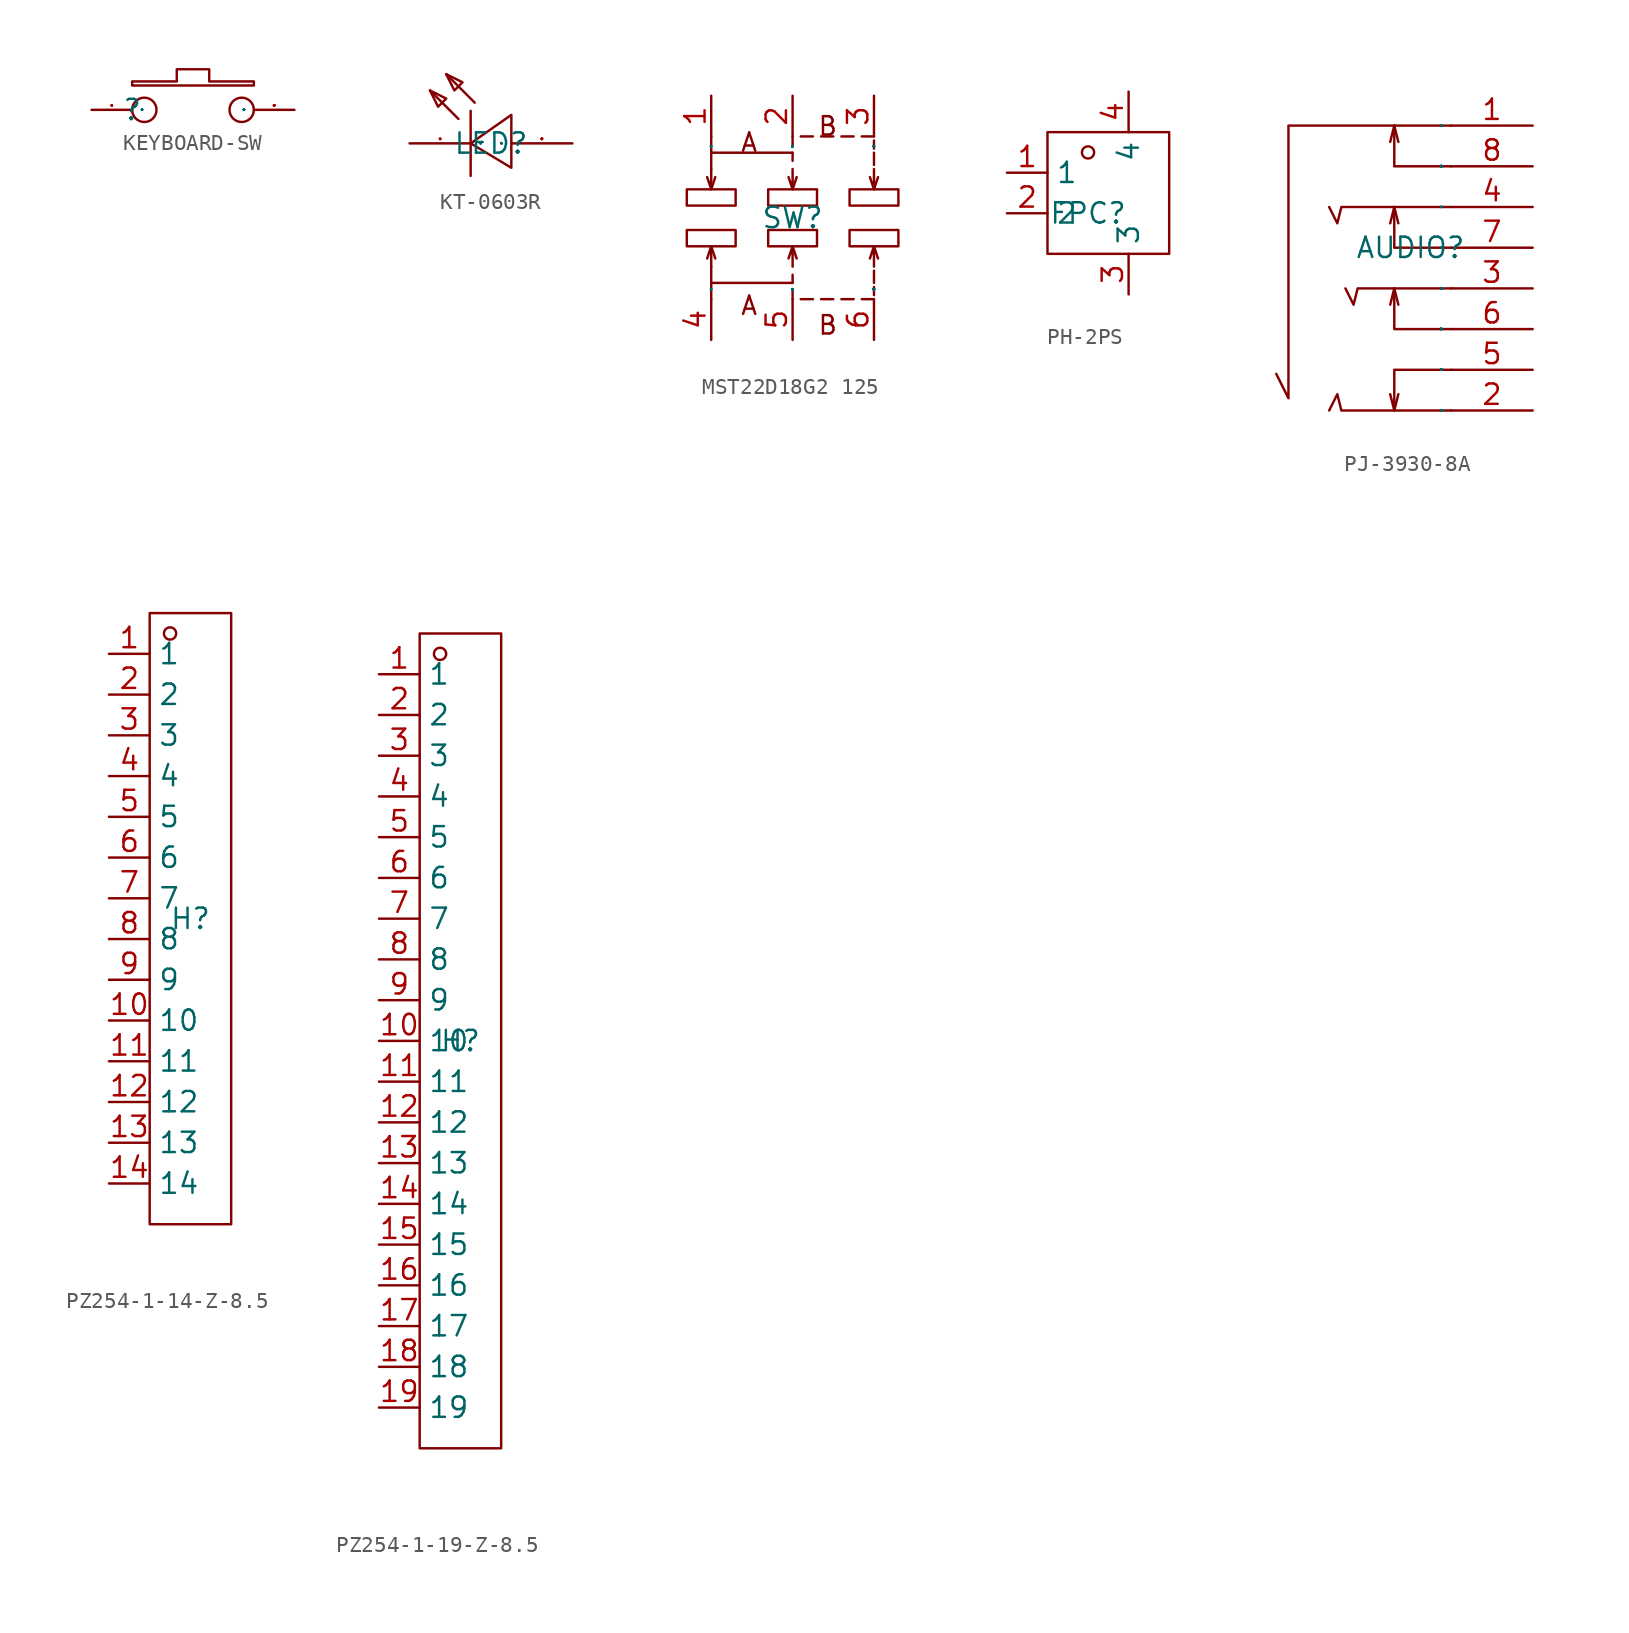
<source format=kicad_sym>
(kicad_symbol_lib
  (version 20231120)
  (generator "kicad_symbol_editor")
  (generator_version "8.0")
  (symbol "KEYBOARD-SW"
    (property "Reference" ""
      (at 0 0 0)
      (effects (font (size 1.27 1.27))))
    (property "Value" ""
      (at 0 0 0)
      (effects (font (size 1.27 1.27))))
    (symbol "KEYBOARD-SW_1_0"
      (polyline (pts (xy 0 1.778) (xy 0 1.524) (xy 7.62 1.524) (xy 7.62 1.778) (xy 4.826 1.778) (xy 4.826 2.54) (xy 2.794 2.54) (xy 2.794 1.778) (xy 0 1.778)) (stroke (width 0) (type default)) (fill (type none)))
      (circle (center 0.762 0) (radius 0.762) (stroke (width 0) (type default)) (fill (type none)))
      (circle (center 6.858 0) (radius 0.762) (stroke (width 0) (type default)) (fill (type none)))
      (pin input line (at -2.54 0 0) (length 2.54) (name "1" (effects (font (size 0.025 0.025)))) (number "1" (effects (font (size 0.025 0.025)))))
      (pin input line (at 10.16 0 180) (length 2.54) (name "2" (effects (font (size 0.025 0.025)))) (number "2" (effects (font (size 0.025 0.025)))))))
  (symbol "KT-0603R"
    (property "Reference" "LED"
      (at 0 0 0)
      (effects (font (size 1.27 1.27))))
    (property "Value" ""
      (at 0 0 0)
      (effects (font (size 1.27 1.27))))
    (symbol "KT-0603R_1_0"
      (polyline (pts (xy -2.032 1.524) (xy -3.81 3.302)) (stroke (width 0) (type default)) (fill (type none)))
      (polyline (pts (xy -1.27 2.032) (xy -1.27 -2.032)) (stroke (width 0) (type default)) (fill (type none)))
      (polyline (pts (xy -1.016 2.54) (xy -2.794 4.318)) (stroke (width 0) (type default)) (fill (type none)))
      (polyline (pts (xy -3.81 3.302) (xy -2.794 2.794) (xy -2.794 2.794) (xy -3.302 2.286) (xy -3.302 2.286) (xy -3.81 3.302)) (stroke (width 0) (type default)) (fill (type none)))
      (polyline (pts (xy -2.794 4.318) (xy -1.778 3.81) (xy -1.778 3.81) (xy -2.286 3.302) (xy -2.286 3.302) (xy -2.794 4.318)) (stroke (width 0) (type default)) (fill (type none)))
      (polyline (pts (xy 1.27 -1.524) (xy -1.27 0) (xy -1.27 0) (xy 1.27 1.778) (xy 1.27 1.778) (xy 1.27 -1.524)) (stroke (width 0) (type default)) (fill (type none)))
      (pin input line (at -5.08 0 0) (length 3.81) (name "K" (effects (font (size 0.025 0.025)))) (number "1" (effects (font (size 0.025 0.025)))))
      (pin input line (at 5.08 0 180) (length 3.81) (name "A" (effects (font (size 0.025 0.025)))) (number "2" (effects (font (size 0.025 0.025)))))))
  (symbol "MST22D18G2 125"
    (property "Reference" "SW"
      (at 0 0 0)
      (effects (font (size 1.27 1.27))))
    (property "Value" ""
      (at 0 0 0)
      (effects (font (size 1.27 1.27))))
    (symbol "MST22D18G2 125_1_0"
      (rectangle (start -6.604 -1.778) (end -3.556 -0.762) (stroke (width 0) (type default)) (fill (type none)))
      (rectangle (start -6.604 0.762) (end -3.556 1.778) (stroke (width 0) (type default)) (fill (type none)))
      (rectangle (start -1.524 -1.778) (end 1.524 -0.762) (stroke (width 0) (type default)) (fill (type none)))
      (rectangle (start -1.524 0.762) (end 1.524 1.778) (stroke (width 0) (type default)) (fill (type none)))
      (polyline (pts (xy -5.08 -4.064) (xy -5.08 -5.08)) (stroke (width 0) (type default)) (fill (type none)))
      (polyline (pts (xy -5.08 -1.778) (xy -4.826 -2.54)) (stroke (width 0) (type default)) (fill (type none)))
      (polyline (pts (xy -5.08 1.778) (xy -4.826 2.54)) (stroke (width 0) (type default)) (fill (type none)))
      (polyline (pts (xy -5.08 4.064) (xy -5.08 5.08)) (stroke (width 0) (type default)) (fill (type none)))
      (polyline (pts (xy 0 -4.572) (xy 0 -5.08)) (stroke (width 0) (type default)) (fill (type none)))
      (polyline (pts (xy 0 -3.556) (xy 0 -4.064)) (stroke (width 0) (type default)) (fill (type none)))
      (polyline (pts (xy 0 -1.778) (xy 0.254 -2.54)) (stroke (width 0) (type default)) (fill (type none)))
      (polyline (pts (xy 0 1.778) (xy 0.254 2.54)) (stroke (width 0) (type default)) (fill (type none)))
      (polyline (pts (xy 0 3.556) (xy 0 4.064)) (stroke (width 0) (type default)) (fill (type none)))
      (polyline (pts (xy 0 4.572) (xy 0 5.08)) (stroke (width 0) (type default)) (fill (type none)))
      (polyline (pts (xy 0.508 -5.08) (xy 1.27 -5.08)) (stroke (width 0) (type default)) (fill (type none)))
      (polyline (pts (xy 0.508 5.08) (xy 1.27 5.08)) (stroke (width 0) (type default)) (fill (type none)))
      (polyline (pts (xy 1.778 -5.08) (xy 2.54 -5.08)) (stroke (width 0) (type default)) (fill (type none)))
      (polyline (pts (xy 1.778 5.08) (xy 2.54 5.08)) (stroke (width 0) (type default)) (fill (type none)))
      (polyline (pts (xy 3.048 -5.08) (xy 3.81 -5.08)) (stroke (width 0) (type default)) (fill (type none)))
      (polyline (pts (xy 3.048 5.08) (xy 3.81 5.08)) (stroke (width 0) (type default)) (fill (type none)))
      (polyline (pts (xy 4.318 -5.08) (xy 5.08 -5.08)) (stroke (width 0) (type default)) (fill (type none)))
      (polyline (pts (xy 4.318 5.08) (xy 5.08 5.08)) (stroke (width 0) (type default)) (fill (type none)))
      (polyline (pts (xy 5.08 -4.826) (xy 5.08 -4.318)) (stroke (width 0) (type default)) (fill (type none)))
      (polyline (pts (xy 5.08 -4.064) (xy 5.08 -3.302)) (stroke (width 0) (type default)) (fill (type none)))
      (polyline (pts (xy 5.08 -1.778) (xy 5.334 -2.54)) (stroke (width 0) (type default)) (fill (type none)))
      (polyline (pts (xy 5.08 1.778) (xy 5.334 2.54)) (stroke (width 0) (type default)) (fill (type none)))
      (polyline (pts (xy 5.08 4.064) (xy 5.08 3.302)) (stroke (width 0) (type default)) (fill (type none)))
      (polyline (pts (xy 5.08 4.826) (xy 5.08 4.318)) (stroke (width 0) (type default)) (fill (type none)))
      (polyline (pts (xy -5.08 -3.048) (xy -5.08 -4.064) (xy -5.08 -4.064) (xy 0 -4.064)) (stroke (width 0) (type default)) (fill (type none)))
      (polyline (pts (xy -5.08 -3.048) (xy -5.08 -1.778) (xy -5.08 -1.778) (xy -5.334 -2.54)) (stroke (width 0) (type default)) (fill (type none)))
      (polyline (pts (xy -5.08 3.048) (xy -5.08 1.778) (xy -5.08 1.778) (xy -5.334 2.54)) (stroke (width 0) (type default)) (fill (type none)))
      (polyline (pts (xy -5.08 3.048) (xy -5.08 4.064) (xy -5.08 4.064) (xy 0 4.064)) (stroke (width 0) (type default)) (fill (type none)))
      (polyline (pts (xy 0 -3.048) (xy 0 -1.778) (xy 0 -1.778) (xy -0.254 -2.54)) (stroke (width 0) (type default)) (fill (type none)))
      (polyline (pts (xy 0 3.048) (xy 0 1.778) (xy 0 1.778) (xy -0.254 2.54)) (stroke (width 0) (type default)) (fill (type none)))
      (polyline (pts (xy 5.08 -3.048) (xy 5.08 -1.778) (xy 5.08 -1.778) (xy 4.826 -2.54)) (stroke (width 0) (type default)) (fill (type none)))
      (polyline (pts (xy 5.08 3.048) (xy 5.08 1.778) (xy 5.08 1.778) (xy 4.826 2.54)) (stroke (width 0) (type default)) (fill (type none)))
      (rectangle (start 3.556 -1.778) (end 6.604 -0.762) (stroke (width 0) (type default)) (fill (type none)))
      (rectangle (start 3.556 0.762) (end 6.604 1.778) (stroke (width 0) (type default)) (fill (type none)))
      (text "A" (at -3.302 -6.147 0) (effects (font (size 1.143 1.143)) (justify left bottom)))
      (text "A" (at -3.302 4.039 0) (effects (font (size 1.143 1.143)) (justify left bottom)))
      (text "B" (at 1.524 -7.366 0) (effects (font (size 1.143 1.143)) (justify left bottom)))
      (text "B" (at 1.524 5.055 0) (effects (font (size 1.143 1.143)) (justify left bottom)))
      (pin input line (at -5.08 7.62 270) (length 2.54) (name "1" (effects (font (size 0.025 0.025)))) (number "1" (effects (font (size 1.27 1.27)))))
      (pin input line (at 0 7.62 270) (length 2.54) (name "2" (effects (font (size 0.025 0.025)))) (number "2" (effects (font (size 1.27 1.27)))))
      (pin input line (at 5.08 7.62 270) (length 2.54) (name "3" (effects (font (size 0.025 0.025)))) (number "3" (effects (font (size 1.27 1.27)))))
      (pin input line (at -5.08 -7.62 90) (length 2.54) (name "4" (effects (font (size 0.025 0.025)))) (number "4" (effects (font (size 1.27 1.27)))))
      (pin input line (at 0 -7.62 90) (length 2.54) (name "5" (effects (font (size 0.025 0.025)))) (number "5" (effects (font (size 1.27 1.27)))))
      (pin input line (at 5.08 -7.62 90) (length 2.54) (name "6" (effects (font (size 0.025 0.025)))) (number "6" (effects (font (size 1.27 1.27)))))))
  (symbol "PH-2PS"
    (property "Reference" "FPC"
      (at 0 0 0)
      (effects (font (size 1.27 1.27))))
    (property "Value" ""
      (at 0 0 0)
      (effects (font (size 1.27 1.27))))
    (symbol "PH-2PS_1_0"
      (rectangle (start -2.54 -2.54) (end 5.08 5.08) (stroke (width 0) (type default)) (fill (type none)))
      (circle (center 0 3.81) (radius 0.381) (stroke (width 0) (type default)) (fill (type none)))
      (pin unspecified line (at -5.08 2.54 0) (length 2.54) (name "1" (effects (font (size 1.27 1.27)))) (number "1" (effects (font (size 1.27 1.27)))))
      (pin unspecified line (at -5.08 0 0) (length 2.54) (name "2" (effects (font (size 1.27 1.27)))) (number "2" (effects (font (size 1.27 1.27)))))
      (pin unspecified line (at 2.54 -5.08 90) (length 2.54) (name "3" (effects (font (size 1.27 1.27)))) (number "3" (effects (font (size 1.27 1.27)))))
      (pin unspecified line (at 2.54 7.62 270) (length 2.54) (name "4" (effects (font (size 1.27 1.27)))) (number "4" (effects (font (size 1.27 1.27)))))))
  (symbol "PJ-3930-8A"
    (property "Reference" "AUDIO"
      (at 0 0 0)
      (effects (font (size 1.27 1.27))))
    (property "Value" ""
      (at 0 0 0)
      (effects (font (size 1.27 1.27))))
    (symbol "PJ-3930-8A_1_0"
      (polyline (pts (xy -1.016 -10.16) (xy -0.762 -9.144)) (stroke (width 0) (type default)) (fill (type none)))
      (polyline (pts (xy -1.016 -2.54) (xy -0.762 -3.556)) (stroke (width 0) (type default)) (fill (type none)))
      (polyline (pts (xy -1.016 2.54) (xy -0.762 1.524)) (stroke (width 0) (type default)) (fill (type none)))
      (polyline (pts (xy -1.016 7.62) (xy -0.762 6.604)) (stroke (width 0) (type default)) (fill (type none)))
      (polyline (pts (xy 2.54 -10.16) (xy -4.318 -10.16) (xy -4.318 -10.16) (xy -4.572 -9.144) (xy -4.572 -9.144) (xy -5.08 -10.16)) (stroke (width 0) (type default)) (fill (type none)))
      (polyline (pts (xy 2.54 -7.62) (xy -1.016 -7.62) (xy -1.016 -7.62) (xy -1.016 -10.16) (xy -1.016 -10.16) (xy -1.27 -9.144)) (stroke (width 0) (type default)) (fill (type none)))
      (polyline (pts (xy 2.54 -5.08) (xy -1.016 -5.08) (xy -1.016 -5.08) (xy -1.016 -2.54) (xy -1.016 -2.54) (xy -1.27 -3.556)) (stroke (width 0) (type default)) (fill (type none)))
      (polyline (pts (xy 2.54 -2.54) (xy -3.302 -2.54) (xy -3.302 -2.54) (xy -3.556 -3.556) (xy -3.556 -3.556) (xy -4.064 -2.54)) (stroke (width 0) (type default)) (fill (type none)))
      (polyline (pts (xy 2.54 0) (xy -1.016 0) (xy -1.016 0) (xy -1.016 2.54) (xy -1.016 2.54) (xy -1.27 1.524)) (stroke (width 0) (type default)) (fill (type none)))
      (polyline (pts (xy 2.54 2.54) (xy -4.318 2.54) (xy -4.318 2.54) (xy -4.572 1.524) (xy -4.572 1.524) (xy -5.08 2.54)) (stroke (width 0) (type default)) (fill (type none)))
      (polyline (pts (xy 2.54 5.08) (xy -1.016 5.08) (xy -1.016 5.08) (xy -1.016 7.62) (xy -1.016 7.62) (xy -1.27 6.604)) (stroke (width 0) (type default)) (fill (type none)))
      (polyline (pts (xy 2.54 7.62) (xy -7.62 7.62) (xy -7.62 7.62) (xy -7.62 -9.398) (xy -7.62 -9.398) (xy -8.382 -7.874)) (stroke (width 0) (type default)) (fill (type none)))
      (pin unspecified line (at 7.62 7.62 180) (length 5.08) (name "1" (effects (font (size 0.025 0.025)))) (number "1" (effects (font (size 1.27 1.27)))))
      (pin unspecified line (at 7.62 -10.16 180) (length 5.08) (name "2" (effects (font (size 0.025 0.025)))) (number "2" (effects (font (size 1.27 1.27)))))
      (pin unspecified line (at 7.62 -2.54 180) (length 5.08) (name "3" (effects (font (size 0.025 0.025)))) (number "3" (effects (font (size 1.27 1.27)))))
      (pin unspecified line (at 7.62 2.54 180) (length 5.08) (name "4" (effects (font (size 0.025 0.025)))) (number "4" (effects (font (size 1.27 1.27)))))
      (pin unspecified line (at 7.62 -7.62 180) (length 5.08) (name "5" (effects (font (size 0.025 0.025)))) (number "5" (effects (font (size 1.27 1.27)))))
      (pin unspecified line (at 7.62 -5.08 180) (length 5.08) (name "6" (effects (font (size 0.025 0.025)))) (number "6" (effects (font (size 1.27 1.27)))))
      (pin unspecified line (at 7.62 0 180) (length 5.08) (name "7" (effects (font (size 0.025 0.025)))) (number "7" (effects (font (size 1.27 1.27)))))
      (pin unspecified line (at 7.62 5.08 180) (length 5.08) (name "8" (effects (font (size 0.025 0.025)))) (number "8" (effects (font (size 1.27 1.27)))))))
  (symbol "PZ254-1-14-Z-8.5"
    (property "Reference" "H"
      (at 0 0 0)
      (effects (font (size 1.27 1.27))))
    (property "Value" ""
      (at 0 0 0)
      (effects (font (size 1.27 1.27))))
    (symbol "PZ254-1-14-Z-8.5_1_0"
      (rectangle (start -2.54 -19.05) (end 2.54 19.05) (stroke (width 0) (type default)) (fill (type none)))
      (circle (center -1.27 17.78) (radius 0.381) (stroke (width 0) (type default)) (fill (type none)))
      (pin input line (at -5.08 16.51 0) (length 2.54) (name "1" (effects (font (size 1.27 1.27)))) (number "1" (effects (font (size 1.27 1.27)))))
      (pin input line (at -5.08 -6.35 0) (length 2.54) (name "10" (effects (font (size 1.27 1.27)))) (number "10" (effects (font (size 1.27 1.27)))))
      (pin input line (at -5.08 -8.89 0) (length 2.54) (name "11" (effects (font (size 1.27 1.27)))) (number "11" (effects (font (size 1.27 1.27)))))
      (pin input line (at -5.08 -11.43 0) (length 2.54) (name "12" (effects (font (size 1.27 1.27)))) (number "12" (effects (font (size 1.27 1.27)))))
      (pin input line (at -5.08 -13.97 0) (length 2.54) (name "13" (effects (font (size 1.27 1.27)))) (number "13" (effects (font (size 1.27 1.27)))))
      (pin input line (at -5.08 -16.51 0) (length 2.54) (name "14" (effects (font (size 1.27 1.27)))) (number "14" (effects (font (size 1.27 1.27)))))
      (pin input line (at -5.08 13.97 0) (length 2.54) (name "2" (effects (font (size 1.27 1.27)))) (number "2" (effects (font (size 1.27 1.27)))))
      (pin input line (at -5.08 11.43 0) (length 2.54) (name "3" (effects (font (size 1.27 1.27)))) (number "3" (effects (font (size 1.27 1.27)))))
      (pin input line (at -5.08 8.89 0) (length 2.54) (name "4" (effects (font (size 1.27 1.27)))) (number "4" (effects (font (size 1.27 1.27)))))
      (pin input line (at -5.08 6.35 0) (length 2.54) (name "5" (effects (font (size 1.27 1.27)))) (number "5" (effects (font (size 1.27 1.27)))))
      (pin input line (at -5.08 3.81 0) (length 2.54) (name "6" (effects (font (size 1.27 1.27)))) (number "6" (effects (font (size 1.27 1.27)))))
      (pin input line (at -5.08 1.27 0) (length 2.54) (name "7" (effects (font (size 1.27 1.27)))) (number "7" (effects (font (size 1.27 1.27)))))
      (pin input line (at -5.08 -1.27 0) (length 2.54) (name "8" (effects (font (size 1.27 1.27)))) (number "8" (effects (font (size 1.27 1.27)))))
      (pin input line (at -5.08 -3.81 0) (length 2.54) (name "9" (effects (font (size 1.27 1.27)))) (number "9" (effects (font (size 1.27 1.27)))))))
  (symbol "PZ254-1-19-Z-8.5"
    (property "Reference" "H"
      (at 0 0 0)
      (effects (font (size 1.27 1.27))))
    (property "Value" ""
      (at 0 0 0)
      (effects (font (size 1.27 1.27))))
    (symbol "PZ254-1-19-Z-8.5_1_0"
      (rectangle (start -2.54 -25.4) (end 2.54 25.4) (stroke (width 0) (type default)) (fill (type none)))
      (circle (center -1.27 24.13) (radius 0.381) (stroke (width 0) (type default)) (fill (type none)))
      (pin input line (at -5.08 22.86 0) (length 2.54) (name "1" (effects (font (size 1.27 1.27)))) (number "1" (effects (font (size 1.27 1.27)))))
      (pin input line (at -5.08 0 0) (length 2.54) (name "10" (effects (font (size 1.27 1.27)))) (number "10" (effects (font (size 1.27 1.27)))))
      (pin input line (at -5.08 -2.54 0) (length 2.54) (name "11" (effects (font (size 1.27 1.27)))) (number "11" (effects (font (size 1.27 1.27)))))
      (pin input line (at -5.08 -5.08 0) (length 2.54) (name "12" (effects (font (size 1.27 1.27)))) (number "12" (effects (font (size 1.27 1.27)))))
      (pin input line (at -5.08 -7.62 0) (length 2.54) (name "13" (effects (font (size 1.27 1.27)))) (number "13" (effects (font (size 1.27 1.27)))))
      (pin input line (at -5.08 -10.16 0) (length 2.54) (name "14" (effects (font (size 1.27 1.27)))) (number "14" (effects (font (size 1.27 1.27)))))
      (pin input line (at -5.08 -12.7 0) (length 2.54) (name "15" (effects (font (size 1.27 1.27)))) (number "15" (effects (font (size 1.27 1.27)))))
      (pin input line (at -5.08 -15.24 0) (length 2.54) (name "16" (effects (font (size 1.27 1.27)))) (number "16" (effects (font (size 1.27 1.27)))))
      (pin input line (at -5.08 -17.78 0) (length 2.54) (name "17" (effects (font (size 1.27 1.27)))) (number "17" (effects (font (size 1.27 1.27)))))
      (pin input line (at -5.08 -20.32 0) (length 2.54) (name "18" (effects (font (size 1.27 1.27)))) (number "18" (effects (font (size 1.27 1.27)))))
      (pin input line (at -5.08 -22.86 0) (length 2.54) (name "19" (effects (font (size 1.27 1.27)))) (number "19" (effects (font (size 1.27 1.27)))))
      (pin input line (at -5.08 20.32 0) (length 2.54) (name "2" (effects (font (size 1.27 1.27)))) (number "2" (effects (font (size 1.27 1.27)))))
      (pin input line (at -5.08 17.78 0) (length 2.54) (name "3" (effects (font (size 1.27 1.27)))) (number "3" (effects (font (size 1.27 1.27)))))
      (pin input line (at -5.08 15.24 0) (length 2.54) (name "4" (effects (font (size 1.27 1.27)))) (number "4" (effects (font (size 1.27 1.27)))))
      (pin input line (at -5.08 12.7 0) (length 2.54) (name "5" (effects (font (size 1.27 1.27)))) (number "5" (effects (font (size 1.27 1.27)))))
      (pin input line (at -5.08 10.16 0) (length 2.54) (name "6" (effects (font (size 1.27 1.27)))) (number "6" (effects (font (size 1.27 1.27)))))
      (pin input line (at -5.08 7.62 0) (length 2.54) (name "7" (effects (font (size 1.27 1.27)))) (number "7" (effects (font (size 1.27 1.27)))))
      (pin input line (at -5.08 5.08 0) (length 2.54) (name "8" (effects (font (size 1.27 1.27)))) (number "8" (effects (font (size 1.27 1.27)))))
      (pin input line (at -5.08 2.54 0) (length 2.54) (name "9" (effects (font (size 1.27 1.27)))) (number "9" (effects (font (size 1.27 1.27))))))))
</source>
